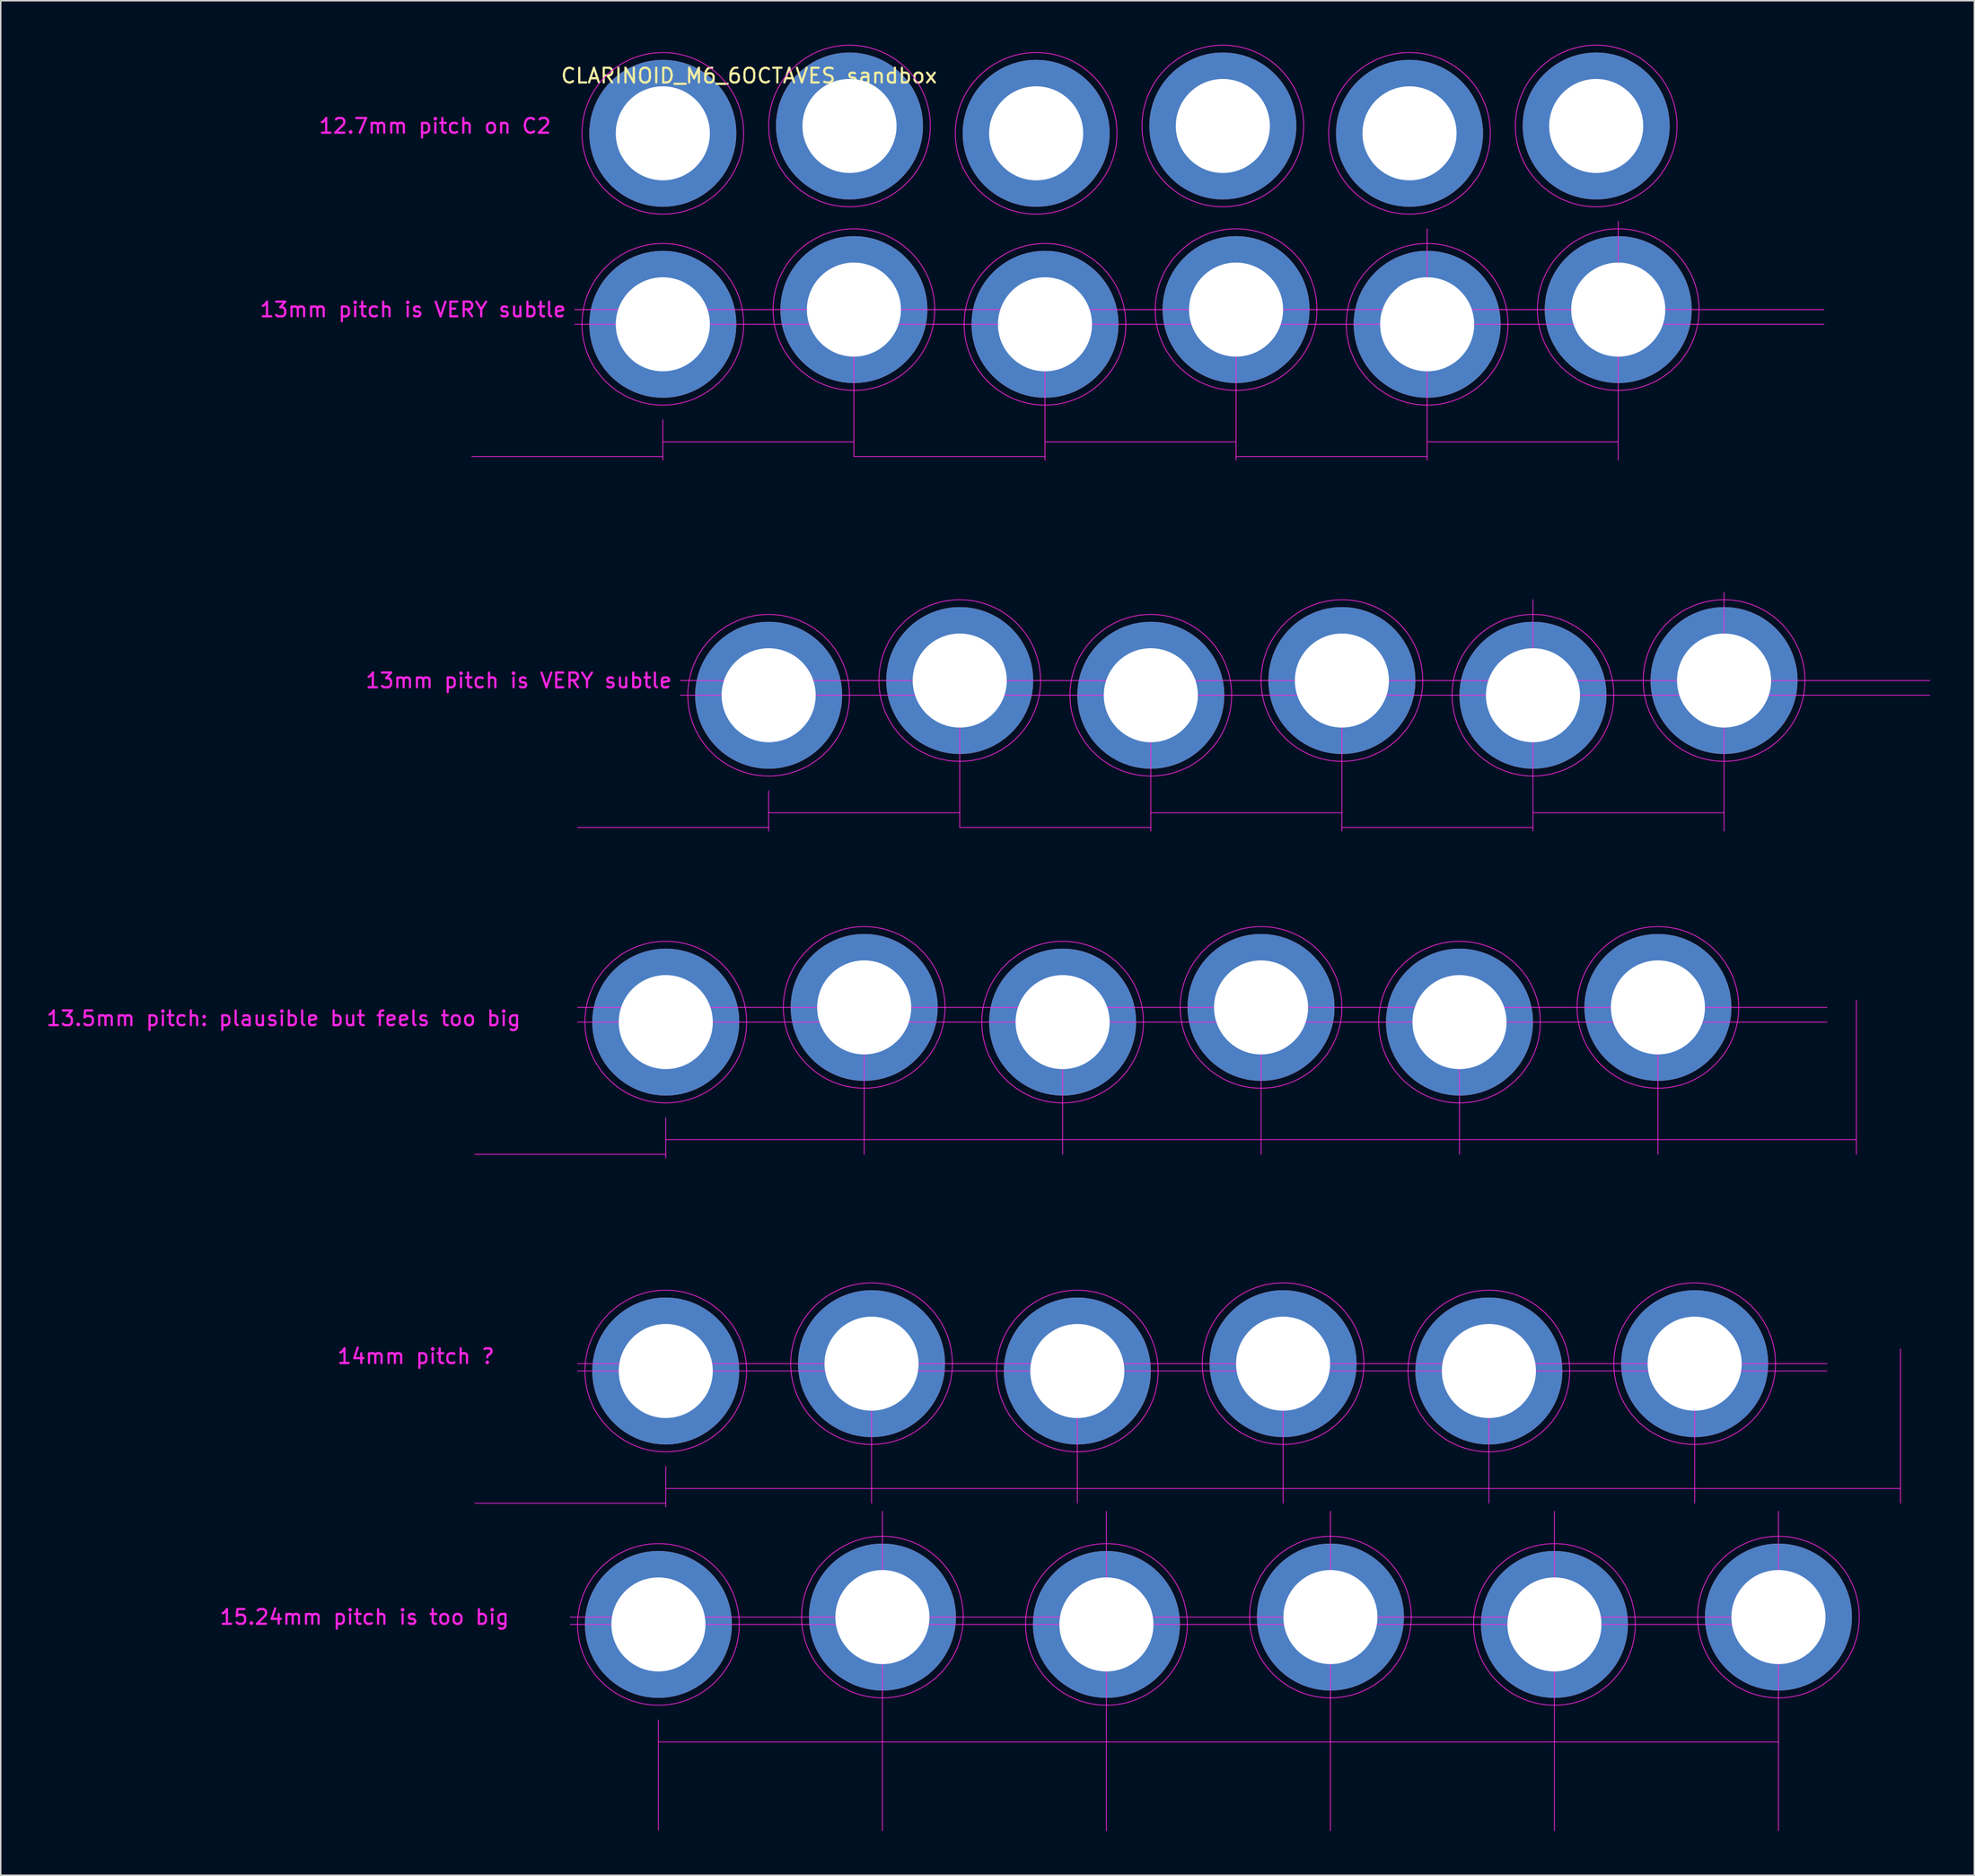
<source format=kicad_pcb>
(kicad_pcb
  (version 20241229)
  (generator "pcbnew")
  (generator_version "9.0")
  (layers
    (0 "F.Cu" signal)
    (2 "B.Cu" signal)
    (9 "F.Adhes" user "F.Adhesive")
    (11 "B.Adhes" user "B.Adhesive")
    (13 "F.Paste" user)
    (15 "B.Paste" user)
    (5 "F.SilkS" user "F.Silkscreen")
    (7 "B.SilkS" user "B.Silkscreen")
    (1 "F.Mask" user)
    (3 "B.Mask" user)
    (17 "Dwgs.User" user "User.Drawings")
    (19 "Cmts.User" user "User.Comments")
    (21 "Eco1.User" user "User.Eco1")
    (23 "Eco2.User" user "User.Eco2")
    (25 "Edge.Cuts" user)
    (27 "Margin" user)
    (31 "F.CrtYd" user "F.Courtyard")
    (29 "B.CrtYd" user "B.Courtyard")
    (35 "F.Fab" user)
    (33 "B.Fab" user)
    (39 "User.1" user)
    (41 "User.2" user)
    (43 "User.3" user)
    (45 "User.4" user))
  (footprint "CLARINOID_M6_6OCTAVES_sandbox"
    (layer "F.Cu")
    (at 80.144 6.025)
    (property "Reference" "CLARINOID_M6_6OCTAVES_sandbox" (at -32.238 -3.919 0) (layer "F.SilkS") (effects (font (size 1 1) (thickness 0.15))))
    (attr exclude_from_pos_files exclude_from_bom)
    (fp_line (start -38.4 108) (end -38.4 115.5) (stroke (width 0.05) (type solid)) (layer "F.CrtYd"))
    (fp_line (start -38.1 19.5) (end -38.1 22.25) (stroke (width 0.05) (type solid)) (layer "F.CrtYd"))
    (fp_line (start -38.1 22) (end -51.1 22) (stroke (width 0.05) (type solid)) (layer "F.CrtYd"))
    (fp_line (start -37.9 67) (end -37.9 69.75) (stroke (width 0.05) (type solid)) (layer "F.CrtYd"))
    (fp_line (start -37.9 69.5) (end -50.9 69.5) (stroke (width 0.05) (type solid)) (layer "F.CrtYd"))
    (fp_line (start -37.9 90.75) (end -37.9 93.5) (stroke (width 0.05) (type solid)) (layer "F.CrtYd"))
    (fp_line (start -37.9 93.25) (end -50.9 93.25) (stroke (width 0.05) (type solid)) (layer "F.CrtYd"))
    (fp_line (start -30.9 44.75) (end -30.9 47.5) (stroke (width 0.05) (type solid)) (layer "F.CrtYd"))
    (fp_line (start -30.9 47.25) (end -43.9 47.25) (stroke (width 0.05) (type solid)) (layer "F.CrtYd"))
    (fp_line (start -25.1 11.5) (end -25.1 22) (stroke (width 0.05) (type solid)) (layer "F.CrtYd"))
    (fp_line (start -25.1 21) (end -38.1 21) (stroke (width 0.05) (type solid)) (layer "F.CrtYd"))
    (fp_line (start -24.4 59) (end -24.4 69.5) (stroke (width 0.05) (type solid)) (layer "F.CrtYd"))
    (fp_line (start -24.4 68.5) (end -37.9 68.5) (stroke (width 0.05) (type solid)) (layer "F.CrtYd"))
    (fp_line (start -23.9 82.75) (end -23.9 93.25) (stroke (width 0.05) (type solid)) (layer "F.CrtYd"))
    (fp_line (start -23.9 92.25) (end -37.9 92.25) (stroke (width 0.05) (type solid)) (layer "F.CrtYd"))
    (fp_line (start -23.16 93.799) (end -23.16 115.549) (stroke (width 0.05) (type solid)) (layer "F.CrtYd"))
    (fp_line (start -23.16 109.5) (end -38.4 109.5) (stroke (width 0.05) (type solid)) (layer "F.CrtYd"))
    (fp_line (start -17.9 36.75) (end -17.9 47.25) (stroke (width 0.05) (type solid)) (layer "F.CrtYd"))
    (fp_line (start -17.9 46.25) (end -30.9 46.25) (stroke (width 0.05) (type solid)) (layer "F.CrtYd"))
    (fp_line (start -12.1 11) (end -12.1 22.25) (stroke (width 0.05) (type solid)) (layer "F.CrtYd"))
    (fp_line (start -12.1 22) (end -25.1 22) (stroke (width 0.05) (type solid)) (layer "F.CrtYd"))
    (fp_line (start -10.9 59) (end -10.9 69.5) (stroke (width 0.05) (type solid)) (layer "F.CrtYd"))
    (fp_line (start -10.9 68.5) (end -24.4 68.5) (stroke (width 0.05) (type solid)) (layer "F.CrtYd"))
    (fp_line (start -9.9 82.75) (end -9.9 93.25) (stroke (width 0.05) (type solid)) (layer "F.CrtYd"))
    (fp_line (start -9.9 92.25) (end -23.9 92.25) (stroke (width 0.05) (type solid)) (layer "F.CrtYd"))
    (fp_line (start -7.92 93.799) (end -7.92 115.549) (stroke (width 0.05) (type solid)) (layer "F.CrtYd"))
    (fp_line (start -7.92 109.5) (end -23.16 109.5) (stroke (width 0.05) (type solid)) (layer "F.CrtYd"))
    (fp_line (start -4.9 36.25) (end -4.9 47.5) (stroke (width 0.05) (type solid)) (layer "F.CrtYd"))
    (fp_line (start -4.9 47.25) (end -17.9 47.25) (stroke (width 0.05) (type solid)) (layer "F.CrtYd"))
    (fp_line (start 0.9 10.5) (end 0.9 22.25) (stroke (width 0.05) (type solid)) (layer "F.CrtYd"))
    (fp_line (start 0.9 21) (end -12.1 21) (stroke (width 0.05) (type solid)) (layer "F.CrtYd"))
    (fp_line (start 2.6 59) (end 2.6 69.5) (stroke (width 0.05) (type solid)) (layer "F.CrtYd"))
    (fp_line (start 2.6 68.5) (end -10.9 68.5) (stroke (width 0.05) (type solid)) (layer "F.CrtYd"))
    (fp_line (start 4.1 82.75) (end 4.1 93.25) (stroke (width 0.05) (type solid)) (layer "F.CrtYd"))
    (fp_line (start 4.1 92.25) (end -9.9 92.25) (stroke (width 0.05) (type solid)) (layer "F.CrtYd"))
    (fp_line (start 7.32 93.799) (end 7.32 115.549) (stroke (width 0.05) (type solid)) (layer "F.CrtYd"))
    (fp_line (start 7.32 109.5) (end -7.92 109.5) (stroke (width 0.05) (type solid)) (layer "F.CrtYd"))
    (fp_line (start 8.1 35.75) (end 8.1 47.5) (stroke (width 0.05) (type solid)) (layer "F.CrtYd"))
    (fp_line (start 8.1 46.25) (end -4.9 46.25) (stroke (width 0.05) (type solid)) (layer "F.CrtYd"))
    (fp_line (start 13.9 6.5) (end 13.9 22.25) (stroke (width 0.05) (type solid)) (layer "F.CrtYd"))
    (fp_line (start 13.9 22) (end 0.9 22) (stroke (width 0.05) (type solid)) (layer "F.CrtYd"))
    (fp_line (start 16.1 59) (end 16.1 69.5) (stroke (width 0.05) (type solid)) (layer "F.CrtYd"))
    (fp_line (start 16.1 68.5) (end 2.6 68.5) (stroke (width 0.05) (type solid)) (layer "F.CrtYd"))
    (fp_line (start 18.1 82.75) (end 18.1 93.25) (stroke (width 0.05) (type solid)) (layer "F.CrtYd"))
    (fp_line (start 18.1 92.25) (end 4.1 92.25) (stroke (width 0.05) (type solid)) (layer "F.CrtYd"))
    (fp_line (start 21.1 31.75) (end 21.1 47.5) (stroke (width 0.05) (type solid)) (layer "F.CrtYd"))
    (fp_line (start 21.1 47.25) (end 8.1 47.25) (stroke (width 0.05) (type solid)) (layer "F.CrtYd"))
    (fp_line (start 22.56 93.799) (end 22.56 115.549) (stroke (width 0.05) (type solid)) (layer "F.CrtYd"))
    (fp_line (start 22.56 109.5) (end 7.32 109.5) (stroke (width 0.05) (type solid)) (layer "F.CrtYd"))
    (fp_line (start 26.9 6) (end 26.9 22.25) (stroke (width 0.05) (type solid)) (layer "F.CrtYd"))
    (fp_line (start 26.9 21) (end 13.9 21) (stroke (width 0.05) (type solid)) (layer "F.CrtYd"))
    (fp_line (start 29.6 59) (end 29.6 69.5) (stroke (width 0.05) (type solid)) (layer "F.CrtYd"))
    (fp_line (start 29.6 68.5) (end 16.1 68.5) (stroke (width 0.05) (type solid)) (layer "F.CrtYd"))
    (fp_line (start 32.1 82.75) (end 32.1 93.25) (stroke (width 0.05) (type solid)) (layer "F.CrtYd"))
    (fp_line (start 32.1 92.25) (end 18.1 92.25) (stroke (width 0.05) (type solid)) (layer "F.CrtYd"))
    (fp_line (start 34.1 31.25) (end 34.1 47.5) (stroke (width 0.05) (type solid)) (layer "F.CrtYd"))
    (fp_line (start 34.1 46.25) (end 21.1 46.25) (stroke (width 0.05) (type solid)) (layer "F.CrtYd"))
    (fp_line (start 37.8 93.799) (end 37.8 115.549) (stroke (width 0.05) (type solid)) (layer "F.CrtYd"))
    (fp_line (start 37.8 109.5) (end 22.56 109.5) (stroke (width 0.05) (type solid)) (layer "F.CrtYd"))
    (fp_line (start 40.6 101) (end -44.4 101) (stroke (width 0.05) (type solid)) (layer "F.CrtYd"))
    (fp_line (start 40.6 101.5) (end -44.4 101.5) (stroke (width 0.05) (type solid)) (layer "F.CrtYd"))
    (fp_line (start 40.9 12) (end -44.1 12) (stroke (width 0.05) (type solid)) (layer "F.CrtYd"))
    (fp_line (start 40.9 13) (end -44.1 13) (stroke (width 0.05) (type solid)) (layer "F.CrtYd"))
    (fp_line (start 41.1 59.5) (end -43.9 59.5) (stroke (width 0.05) (type solid)) (layer "F.CrtYd"))
    (fp_line (start 41.1 60.5) (end -43.9 60.5) (stroke (width 0.05) (type solid)) (layer "F.CrtYd"))
    (fp_line (start 41.1 83.75) (end -43.9 83.75) (stroke (width 0.05) (type solid)) (layer "F.CrtYd"))
    (fp_line (start 41.1 84.25) (end -43.9 84.25) (stroke (width 0.05) (type solid)) (layer "F.CrtYd"))
    (fp_line (start 43.1 59) (end 43.1 69.5) (stroke (width 0.05) (type solid)) (layer "F.CrtYd"))
    (fp_line (start 43.1 68.5) (end 29.6 68.5) (stroke (width 0.05) (type solid)) (layer "F.CrtYd"))
    (fp_line (start 46.1 82.75) (end 46.1 93.25) (stroke (width 0.05) (type solid)) (layer "F.CrtYd"))
    (fp_line (start 46.1 92.25) (end 32.1 92.25) (stroke (width 0.05) (type solid)) (layer "F.CrtYd"))
    (fp_line (start 48.1 37.25) (end -36.9 37.25) (stroke (width 0.05) (type solid)) (layer "F.CrtYd"))
    (fp_line (start 48.1 38.25) (end -36.9 38.25) (stroke (width 0.05) (type solid)) (layer "F.CrtYd"))
    (fp_circle (center -38.4 101.5) (end -32.9 101.5) (stroke (width 0.05) (type solid)) (fill no) (layer "F.CrtYd"))
    (fp_circle (center -38.1 0) (end -32.6 0) (stroke (width 0.05) (type solid)) (fill no) (layer "F.CrtYd"))
    (fp_circle (center -38.1 13) (end -32.6 13) (stroke (width 0.05) (type solid)) (fill no) (layer "F.CrtYd"))
    (fp_circle (center -37.9 60.5) (end -32.4 60.5) (stroke (width 0.05) (type solid)) (fill no) (layer "F.CrtYd"))
    (fp_circle (center -37.9 84.25) (end -32.4 84.25) (stroke (width 0.05) (type solid)) (fill no) (layer "F.CrtYd"))
    (fp_circle (center -30.9 38.25) (end -25.4 38.25) (stroke (width 0.05) (type solid)) (fill no) (layer "F.CrtYd"))
    (fp_circle (center -25.4 -0.5) (end -19.9 -0.5) (stroke (width 0.05) (type solid)) (fill no) (layer "F.CrtYd"))
    (fp_circle (center -25.1 12) (end -19.6 12) (stroke (width 0.05) (type solid)) (fill no) (layer "F.CrtYd"))
    (fp_circle (center -24.4 59.5) (end -18.9 59.5) (stroke (width 0.05) (type solid)) (fill no) (layer "F.CrtYd"))
    (fp_circle (center -23.9 83.75) (end -18.4 83.75) (stroke (width 0.05) (type solid)) (fill no) (layer "F.CrtYd"))
    (fp_circle (center -23.16 101) (end -17.66 101) (stroke (width 0.05) (type solid)) (fill no) (layer "F.CrtYd"))
    (fp_circle (center -17.9 37.25) (end -12.4 37.25) (stroke (width 0.05) (type solid)) (fill no) (layer "F.CrtYd"))
    (fp_circle (center -12.7 0) (end -7.2 0) (stroke (width 0.05) (type solid)) (fill no) (layer "F.CrtYd"))
    (fp_circle (center -12.1 13) (end -6.6 13) (stroke (width 0.05) (type solid)) (fill no) (layer "F.CrtYd"))
    (fp_circle (center -10.9 60.5) (end -5.4 60.5) (stroke (width 0.05) (type solid)) (fill no) (layer "F.CrtYd"))
    (fp_circle (center -9.9 84.25) (end -4.4 84.25) (stroke (width 0.05) (type solid)) (fill no) (layer "F.CrtYd"))
    (fp_circle (center -7.92 101.5) (end -2.42 101.5) (stroke (width 0.05) (type solid)) (fill no) (layer "F.CrtYd"))
    (fp_circle (center -4.9 38.25) (end 0.6 38.25) (stroke (width 0.05) (type solid)) (fill no) (layer "F.CrtYd"))
    (fp_circle (center 0 -0.5) (end 5.5 -0.5) (stroke (width 0.05) (type solid)) (fill no) (layer "F.CrtYd"))
    (fp_circle (center 0.9 12) (end 6.4 12) (stroke (width 0.05) (type solid)) (fill no) (layer "F.CrtYd"))
    (fp_circle (center 2.6 59.5) (end 8.1 59.5) (stroke (width 0.05) (type solid)) (fill no) (layer "F.CrtYd"))
    (fp_circle (center 4.1 83.75) (end 9.6 83.75) (stroke (width 0.05) (type solid)) (fill no) (layer "F.CrtYd"))
    (fp_circle (center 7.32 101) (end 12.82 101) (stroke (width 0.05) (type solid)) (fill no) (layer "F.CrtYd"))
    (fp_circle (center 8.1 37.25) (end 13.6 37.25) (stroke (width 0.05) (type solid)) (fill no) (layer "F.CrtYd"))
    (fp_circle (center 12.7 0) (end 18.2 0) (stroke (width 0.05) (type solid)) (fill no) (layer "F.CrtYd"))
    (fp_circle (center 13.9 13) (end 19.4 13) (stroke (width 0.05) (type solid)) (fill no) (layer "F.CrtYd"))
    (fp_circle (center 16.1 60.5) (end 21.6 60.5) (stroke (width 0.05) (type solid)) (fill no) (layer "F.CrtYd"))
    (fp_circle (center 18.1 84.25) (end 23.6 84.25) (stroke (width 0.05) (type solid)) (fill no) (layer "F.CrtYd"))
    (fp_circle (center 21.1 38.25) (end 26.6 38.25) (stroke (width 0.05) (type solid)) (fill no) (layer "F.CrtYd"))
    (fp_circle (center 22.56 101.5) (end 28.06 101.5) (stroke (width 0.05) (type solid)) (fill no) (layer "F.CrtYd"))
    (fp_circle (center 25.4 -0.5) (end 30.9 -0.5) (stroke (width 0.05) (type solid)) (fill no) (layer "F.CrtYd"))
    (fp_circle (center 26.9 12) (end 32.4 12) (stroke (width 0.05) (type solid)) (fill no) (layer "F.CrtYd"))
    (fp_circle (center 29.6 59.5) (end 35.1 59.5) (stroke (width 0.05) (type solid)) (fill no) (layer "F.CrtYd"))
    (fp_circle (center 32.1 83.75) (end 37.6 83.75) (stroke (width 0.05) (type solid)) (fill no) (layer "F.CrtYd"))
    (fp_circle (center 34.1 37.25) (end 39.6 37.25) (stroke (width 0.05) (type solid)) (fill no) (layer "F.CrtYd"))
    (fp_circle (center 37.8 101) (end 43.3 101) (stroke (width 0.05) (type solid)) (fill no) (layer "F.CrtYd"))
    (fp_text user "12.7mm pitch on C2" (at -53.6 -0.5 0) (unlocked yes) (layer "F.CrtYd") (effects (font (size 1 1) (thickness 0.15))))
    (fp_text user "13.5mm pitch: plausible but feels too big" (at -63.9 60.25 0) (unlocked yes) (layer "F.CrtYd") (effects (font (size 1 1) (thickness 0.15))))
    (fp_text user "13mm pitch is VERY subtle" (at -47.9 37.25 0) (unlocked yes) (layer "F.CrtYd") (effects (font (size 1 1) (thickness 0.15))))
    (fp_text user "14mm pitch ?" (at -54.9 83.25 0) (unlocked yes) (layer "F.CrtYd") (effects (font (size 1 1) (thickness 0.15))))
    (fp_text user "15.24mm pitch is too big" (at -58.4 101 0) (unlocked yes) (layer "F.CrtYd") (effects (font (size 1 1) (thickness 0.15))))
    (fp_text user "13mm pitch is VERY subtle" (at -55.1 12 0) (unlocked yes) (layer "F.CrtYd") (effects (font (size 1 1) (thickness 0.15))))
    (pad "1" thru_hole circle (at -38.4 101.5) (size 10 10) (drill 6.4) (layers "*.Cu" "*.Mask"))
    (pad "1" thru_hole circle (at -38.1 0) (size 10 10) (drill 6.4) (layers "*.Cu" "*.Mask"))
    (pad "1" thru_hole circle (at -38.1 13) (size 10 10) (drill 6.4) (layers "*.Cu" "*.Mask"))
    (pad "1" thru_hole circle (at -37.9 60.5) (size 10 10) (drill 6.4) (layers "*.Cu" "*.Mask"))
    (pad "1" thru_hole circle (at -37.9 84.25) (size 10 10) (drill 6.4) (layers "*.Cu" "*.Mask"))
    (pad "1" thru_hole circle (at -30.9 38.25) (size 10 10) (drill 6.4) (layers "*.Cu" "*.Mask"))
    (pad "2" thru_hole circle (at -25.4 -0.5) (size 10 10) (drill 6.4) (layers "*.Cu" "*.Mask"))
    (pad "2" thru_hole circle (at -25.1 12) (size 10 10) (drill 6.4) (layers "*.Cu" "*.Mask"))
    (pad "2" thru_hole circle (at -24.4 59.5) (size 10 10) (drill 6.4) (layers "*.Cu" "*.Mask"))
    (pad "2" thru_hole circle (at -23.9 83.75) (size 10 10) (drill 6.4) (layers "*.Cu" "*.Mask"))
    (pad "2" thru_hole circle (at -23.16 101) (size 10 10) (drill 6.4) (layers "*.Cu" "*.Mask"))
    (pad "2" thru_hole circle (at -17.9 37.25) (size 10 10) (drill 6.4) (layers "*.Cu" "*.Mask"))
    (pad "3" thru_hole circle (at -12.7 0) (size 10 10) (drill 6.4) (layers "*.Cu" "*.Mask"))
    (pad "3" thru_hole circle (at -12.1 13) (size 10 10) (drill 6.4) (layers "*.Cu" "*.Mask"))
    (pad "3" thru_hole circle (at -10.9 60.5) (size 10 10) (drill 6.4) (layers "*.Cu" "*.Mask"))
    (pad "3" thru_hole circle (at -9.9 84.25) (size 10 10) (drill 6.4) (layers "*.Cu" "*.Mask"))
    (pad "3" thru_hole circle (at -7.92 101.5) (size 10 10) (drill 6.4) (layers "*.Cu" "*.Mask"))
    (pad "3" thru_hole circle (at -4.9 38.25) (size 10 10) (drill 6.4) (layers "*.Cu" "*.Mask"))
    (pad "4" thru_hole circle (at 0 -0.5) (size 10 10) (drill 6.4) (layers "*.Cu" "*.Mask"))
    (pad "4" thru_hole circle (at 0.9 12) (size 10 10) (drill 6.4) (layers "*.Cu" "*.Mask"))
    (pad "4" thru_hole circle (at 2.6 59.5) (size 10 10) (drill 6.4) (layers "*.Cu" "*.Mask"))
    (pad "4" thru_hole circle (at 4.1 83.75) (size 10 10) (drill 6.4) (layers "*.Cu" "*.Mask"))
    (pad "4" thru_hole circle (at 7.32 101) (size 10 10) (drill 6.4) (layers "*.Cu" "*.Mask"))
    (pad "4" thru_hole circle (at 8.1 37.25) (size 10 10) (drill 6.4) (layers "*.Cu" "*.Mask"))
    (pad "5" thru_hole circle (at 12.7 0) (size 10 10) (drill 6.4) (layers "*.Cu" "*.Mask"))
    (pad "5" thru_hole circle (at 13.9 13) (size 10 10) (drill 6.4) (layers "*.Cu" "*.Mask"))
    (pad "5" thru_hole circle (at 16.1 60.5) (size 10 10) (drill 6.4) (layers "*.Cu" "*.Mask"))
    (pad "5" thru_hole circle (at 18.1 84.25) (size 10 10) (drill 6.4) (layers "*.Cu" "*.Mask"))
    (pad "5" thru_hole circle (at 21.1 38.25) (size 10 10) (drill 6.4) (layers "*.Cu" "*.Mask"))
    (pad "5" thru_hole circle (at 22.56 101.5) (size 10 10) (drill 6.4) (layers "*.Cu" "*.Mask"))
    (pad "6" thru_hole circle (at 25.4 -0.5) (size 10 10) (drill 6.4) (layers "*.Cu" "*.Mask"))
    (pad "6" thru_hole circle (at 26.9 12) (size 10 10) (drill 6.4) (layers "*.Cu" "*.Mask"))
    (pad "6" thru_hole circle (at 29.6 59.5) (size 10 10) (drill 6.4) (layers "*.Cu" "*.Mask"))
    (pad "6" thru_hole circle (at 32.1 83.75) (size 10 10) (drill 6.4) (layers "*.Cu" "*.Mask"))
    (pad "6" thru_hole circle (at 34.1 37.25) (size 10 10) (drill 6.4) (layers "*.Cu" "*.Mask"))
    (pad "6" thru_hole circle (at 37.8 101) (size 10 10) (drill 6.4) (layers "*.Cu" "*.Mask")))
  (gr_rect
    (start -3 -3)
    (end 131.269 124.599)
    (stroke (width 0.1) (type default))
    (fill no)
    (layer "Edge.Cuts")))
</source>
